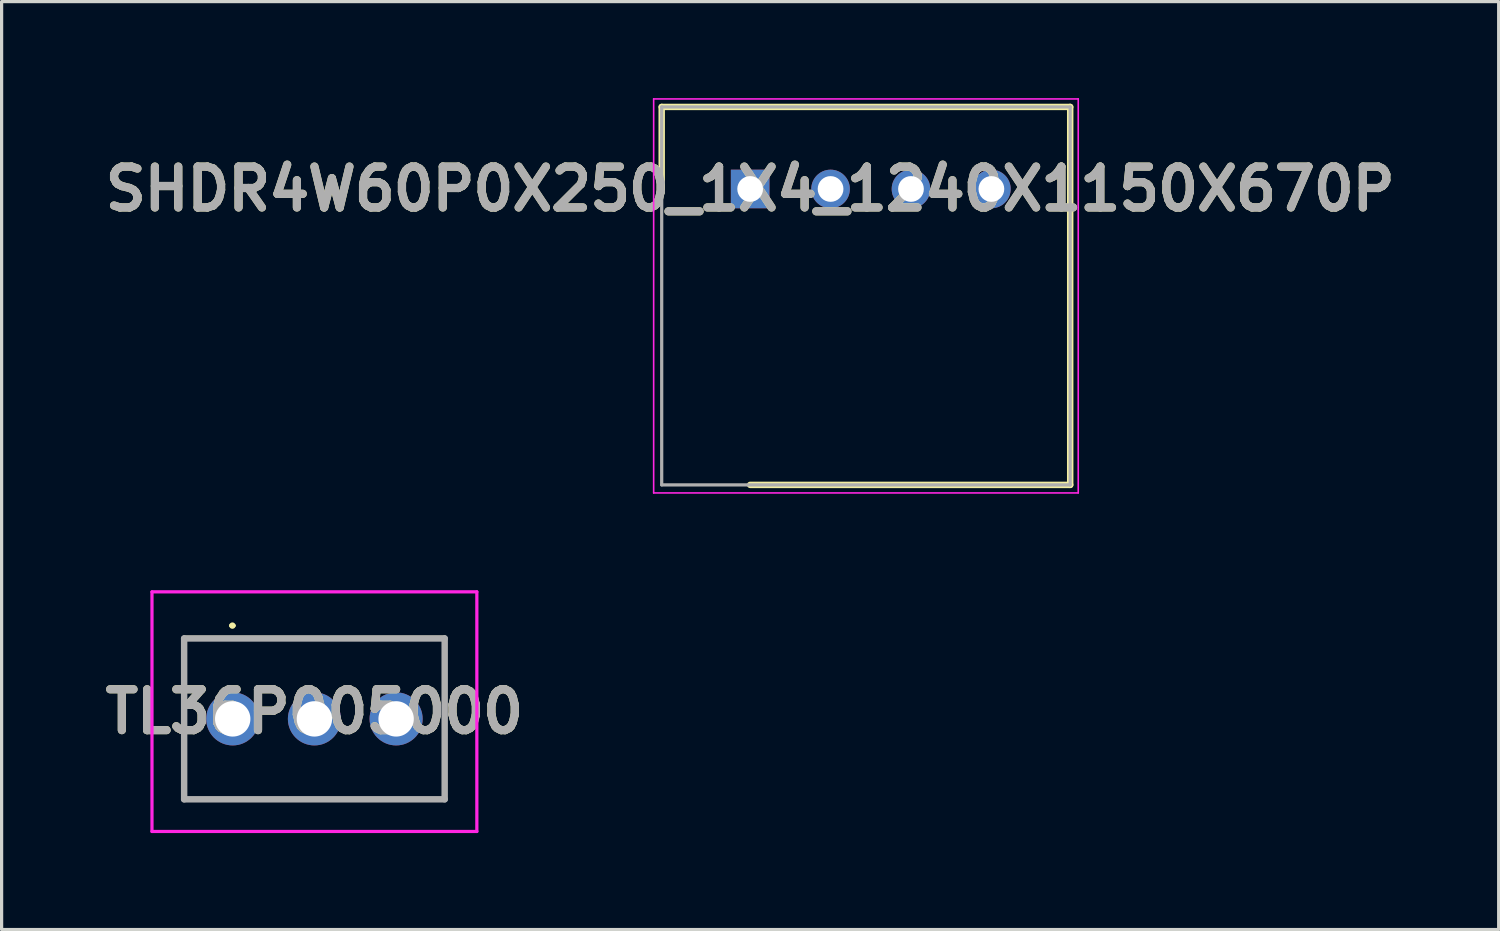
<source format=kicad_pcb>
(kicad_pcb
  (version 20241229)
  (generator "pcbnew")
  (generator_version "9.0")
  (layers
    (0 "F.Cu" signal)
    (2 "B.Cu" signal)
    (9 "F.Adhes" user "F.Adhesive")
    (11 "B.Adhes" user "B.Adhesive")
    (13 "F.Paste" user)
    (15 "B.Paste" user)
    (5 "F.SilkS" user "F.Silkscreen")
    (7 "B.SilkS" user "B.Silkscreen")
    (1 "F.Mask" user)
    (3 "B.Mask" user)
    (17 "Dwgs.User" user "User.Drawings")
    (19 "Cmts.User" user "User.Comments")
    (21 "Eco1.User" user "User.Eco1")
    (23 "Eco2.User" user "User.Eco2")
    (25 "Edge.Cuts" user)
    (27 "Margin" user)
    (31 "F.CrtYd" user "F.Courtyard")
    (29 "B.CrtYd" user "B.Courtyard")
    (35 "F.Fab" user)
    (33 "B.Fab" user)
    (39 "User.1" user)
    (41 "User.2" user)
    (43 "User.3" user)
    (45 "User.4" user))
  (footprint "TL36P005000"
    (layer "F.Cu")
    (at 6.725 19.3)
    (property "Reference" "TL36P005000" (at 0 -0.225 0) (layer "F.SilkS") (effects (font (size 1.27 1.27) (thickness 0.254))))
    (attr through_hole)
    (fp_line (start -4.05 -2.54) (end 4.05 -2.54) (stroke (width 0.1) (type solid)) (layer "F.SilkS"))
    (fp_line (start -4.05 2.5) (end -4.05 -2.54) (stroke (width 0.1) (type solid)) (layer "F.SilkS"))
    (fp_line (start -2.6 -2.9) (end -2.6 -2.9) (stroke (width 0.1) (type solid)) (layer "F.SilkS"))
    (fp_line (start -2.5 -2.9) (end -2.5 -2.9) (stroke (width 0.1) (type solid)) (layer "F.SilkS"))
    (fp_line (start 4.05 -2.54) (end 4.05 2.5) (stroke (width 0.1) (type solid)) (layer "F.SilkS"))
    (fp_line (start 4.05 2.5) (end -4.05 2.5) (stroke (width 0.1) (type solid)) (layer "F.SilkS"))
    (fp_arc (start -2.6 -2.9) (mid -2.55 -2.95) (end -2.5 -2.9) (stroke (width 0.1) (type solid)) (layer "F.SilkS"))
    (fp_arc (start -2.5 -2.9) (mid -2.55 -2.85) (end -2.6 -2.9) (stroke (width 0.1) (type solid)) (layer "F.SilkS"))
    (fp_line (start -5.05 -3.95) (end 5.05 -3.95) (stroke (width 0.1) (type solid)) (layer "F.CrtYd"))
    (fp_line (start -5.05 3.5) (end -5.05 -3.95) (stroke (width 0.1) (type solid)) (layer "F.CrtYd"))
    (fp_line (start 5.05 -3.95) (end 5.05 3.5) (stroke (width 0.1) (type solid)) (layer "F.CrtYd"))
    (fp_line (start 5.05 3.5) (end -5.05 3.5) (stroke (width 0.1) (type solid)) (layer "F.CrtYd"))
    (fp_line (start -4.05 -2.5) (end 4.05 -2.5) (stroke (width 0.2) (type solid)) (layer "F.Fab"))
    (fp_line (start -4.05 2.5) (end -4.05 -2.5) (stroke (width 0.2) (type solid)) (layer "F.Fab"))
    (fp_line (start 4.05 -2.5) (end 4.05 2.5) (stroke (width 0.2) (type solid)) (layer "F.Fab"))
    (fp_line (start 4.05 2.5) (end -4.05 2.5) (stroke (width 0.2) (type solid)) (layer "F.Fab"))
    (fp_text user "${REFERENCE}" (at 0 -0.225 0) (layer "F.Fab") (effects (font (size 1.27 1.27) (thickness 0.254))))
    (pad "1" thru_hole circle (at -2.54 0) (size 1.65 1.65) (drill 1.1) (layers "*.Cu" "*.Mask"))
    (pad "2" thru_hole circle (at 0 0) (size 1.65 1.65) (drill 1.1) (layers "*.Cu" "*.Mask"))
    (pad "3" thru_hole circle (at 2.54 0) (size 1.65 1.65) (drill 1.1) (layers "*.Cu" "*.Mask")))
  (footprint "SHDR4W60P0X250_1X4_1240X1150X670P"
    (layer "F.Cu")
    (at 20.272 2.825)
    (property "Reference" "SHDR4W60P0X250_1X4_1240X1150X670P" (at 0 0 0) (layer "F.SilkS") (effects (font (size 1.27 1.27) (thickness 0.254))))
    (attr through_hole)
    (fp_line (start -2.75 -2.55) (end -2.75 0) (stroke (width 0.2) (type solid)) (layer "F.SilkS"))
    (fp_line (start 0 9.2) (end 9.95 9.2) (stroke (width 0.2) (type solid)) (layer "F.SilkS"))
    (fp_line (start 9.95 -2.55) (end -2.75 -2.55) (stroke (width 0.2) (type solid)) (layer "F.SilkS"))
    (fp_line (start 9.95 9.2) (end 9.95 -2.55) (stroke (width 0.2) (type solid)) (layer "F.SilkS"))
    (fp_line (start -3 -2.8) (end 10.2 -2.8) (stroke (width 0.05) (type solid)) (layer "F.CrtYd"))
    (fp_line (start -3 9.45) (end -3 -2.8) (stroke (width 0.05) (type solid)) (layer "F.CrtYd"))
    (fp_line (start 10.2 -2.8) (end 10.2 9.45) (stroke (width 0.05) (type solid)) (layer "F.CrtYd"))
    (fp_line (start 10.2 9.45) (end -3 9.45) (stroke (width 0.05) (type solid)) (layer "F.CrtYd"))
    (fp_line (start -2.75 -2.55) (end 9.95 -2.55) (stroke (width 0.1) (type solid)) (layer "F.Fab"))
    (fp_line (start -2.75 9.2) (end -2.75 -2.55) (stroke (width 0.1) (type solid)) (layer "F.Fab"))
    (fp_line (start 9.95 -2.55) (end 9.95 9.2) (stroke (width 0.1) (type solid)) (layer "F.Fab"))
    (fp_line (start 9.95 9.2) (end -2.75 9.2) (stroke (width 0.1) (type solid)) (layer "F.Fab"))
    (fp_text user "${REFERENCE}" (at 0 0 0) (layer "F.Fab") (effects (font (size 1.27 1.27) (thickness 0.254))))
    (pad "1" thru_hole rect (at 0 0) (size 1.2 1.2) (drill 0.8) (layers "*.Cu" "*.Mask"))
    (pad "2" thru_hole circle (at 2.5 0) (size 1.2 1.2) (drill 0.8) (layers "*.Cu" "*.Mask"))
    (pad "3" thru_hole circle (at 5 0) (size 1.2 1.2) (drill 0.8) (layers "*.Cu" "*.Mask"))
    (pad "4" thru_hole circle (at 7.5 0) (size 1.2 1.2) (drill 0.8) (layers "*.Cu" "*.Mask")))
  (gr_rect
    (start -3 -3)
    (end 43.543 25.85)
    (stroke (width 0.1) (type default))
    (fill no)
    (layer "Edge.Cuts")))
</source>
